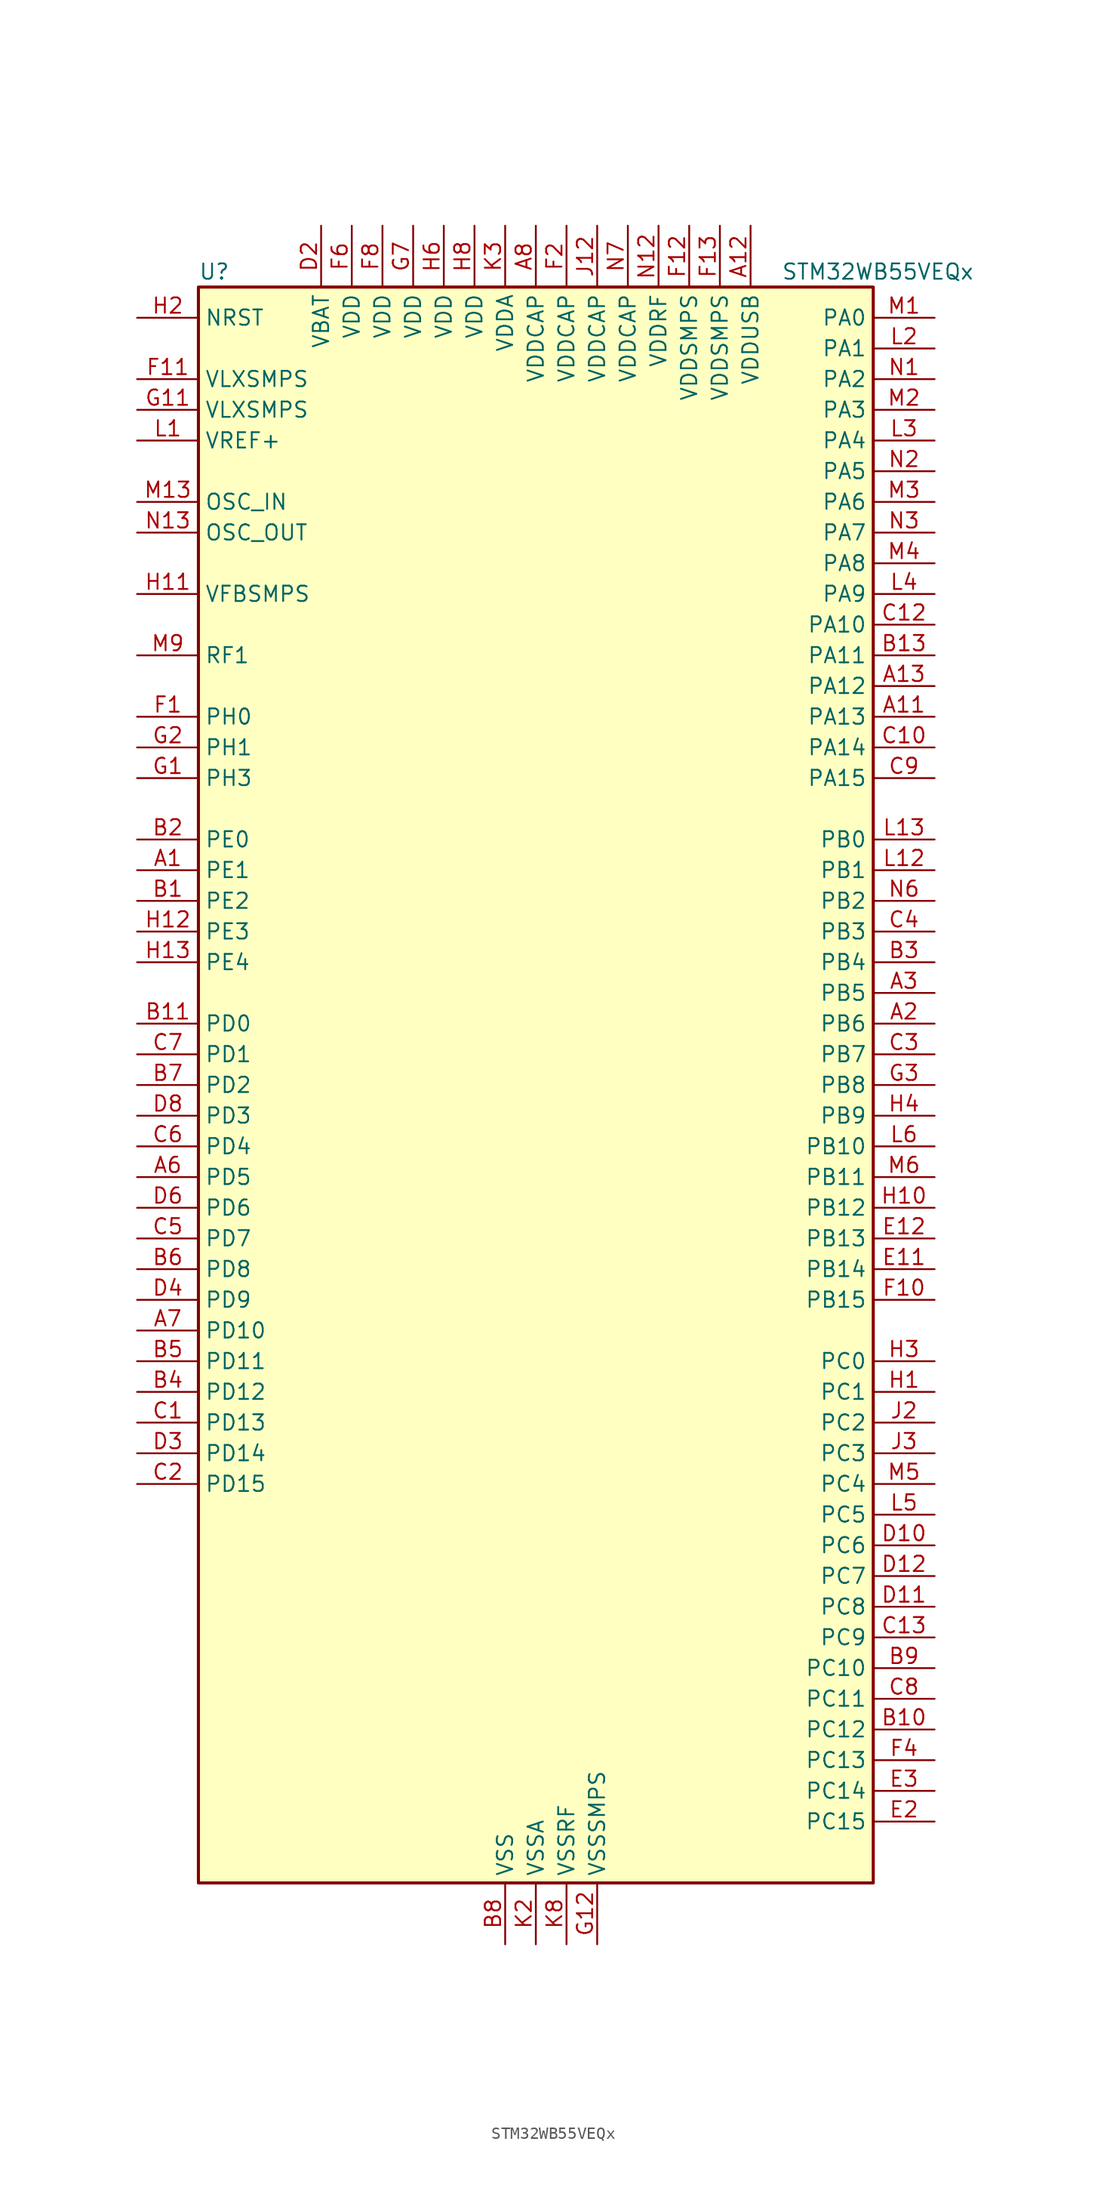
<source format=kicad_sym>
(kicad_symbol_lib
  (version 20220914)
  (generator kicad_symbol_editor)
  (symbol "STM32WB55VEQx"
    (property "Reference" "U"
      (at -27.94 67.31 0)
      (effects (font (size 1.27 1.27)) (justify left)))
    (property "Value" "STM32WB55VEQx"
      (at 20.32 67.31 0)
      (effects (font (size 1.27 1.27)) (justify left)))
    (property "ki_locked" ""
      (at 0 0 0)
      (effects (font (size 1.27 1.27))))
    (symbol "STM32WB55VEQx_0_1"
      (rectangle (start -27.94 -66.04) (end 27.94 66.04) (stroke (width 0.254) (type default)) (fill (type background))))
    (symbol "STM32WB55VEQx_1_1"
      (pin bidirectional line (at -33.02 17.78 0) (length 5.08) (name "PE1" (effects (font (size 1.27 1.27)))) (number "A1" (effects (font (size 1.27 1.27)))) (alternate "LCD_SEG37" bidirectional line) (alternate "TIM17_CH1" bidirectional line) (alternate "TSC_G7_IO2" bidirectional line))
      (pin bidirectional line (at 33.02 30.48 180) (length 5.08) (name "PA13" (effects (font (size 1.27 1.27)))) (number "A11" (effects (font (size 1.27 1.27)))) (alternate "IR_OUT" bidirectional line) (alternate "SAI1_SD_B" bidirectional line) (alternate "SYS_JTMS-SWDIO" bidirectional line) (alternate "USB_NOE" bidirectional line))
      (pin power_in line (at 17.78 71.12 270) (length 5.08) (name "VDDUSB" (effects (font (size 1.27 1.27)))) (number "A12" (effects (font (size 1.27 1.27)))))
      (pin bidirectional line (at 33.02 33.02 180) (length 5.08) (name "PA12" (effects (font (size 1.27 1.27)))) (number "A13" (effects (font (size 1.27 1.27)))) (alternate "LPUART1_RX" bidirectional line) (alternate "SPI1_MOSI" bidirectional line) (alternate "TIM1_ETR" bidirectional line) (alternate "USART1_DE" bidirectional line) (alternate "USART1_RTS" bidirectional line) (alternate "USB_DP" bidirectional line))
      (pin bidirectional line (at 33.02 5.08 180) (length 5.08) (name "PB6" (effects (font (size 1.27 1.27)))) (number "A2" (effects (font (size 1.27 1.27)))) (alternate "COMP2_INP" bidirectional line) (alternate "I2C1_SCL" bidirectional line) (alternate "LCD_SEG6" bidirectional line) (alternate "LPTIM1_ETR" bidirectional line) (alternate "RCC_MCO" bidirectional line) (alternate "SAI1_FS_B" bidirectional line) (alternate "TIM16_CH1N" bidirectional line) (alternate "TSC_G2_IO3" bidirectional line) (alternate "USART1_TX" bidirectional line))
      (pin bidirectional line (at 33.02 7.62 180) (length 5.08) (name "PB5" (effects (font (size 1.27 1.27)))) (number "A3" (effects (font (size 1.27 1.27)))) (alternate "COMP2_OUT" bidirectional line) (alternate "I2C1_SMBA" bidirectional line) (alternate "LCD_SEG9" bidirectional line) (alternate "LPTIM1_IN1" bidirectional line) (alternate "LPUART1_TX" bidirectional line) (alternate "SAI1_SD_B" bidirectional line) (alternate "SPI1_MOSI" bidirectional line) (alternate "TIM16_BKIN" bidirectional line) (alternate "TSC_G2_IO2" bidirectional line) (alternate "USART1_CK" bidirectional line))
      (pin bidirectional line (at -33.02 -7.62 0) (length 5.08) (name "PD5" (effects (font (size 1.27 1.27)))) (number "A6" (effects (font (size 1.27 1.27)))) (alternate "QUADSPI_BK1_IO1" bidirectional line) (alternate "SAI1_MCLK_B" bidirectional line) (alternate "TSC_G5_IO2" bidirectional line))
      (pin bidirectional line (at -33.02 -20.32 0) (length 5.08) (name "PD10" (effects (font (size 1.27 1.27)))) (number "A7" (effects (font (size 1.27 1.27)))) (alternate "LCD_SEG30" bidirectional line) (alternate "SYS_TRIG_INOUT" bidirectional line) (alternate "TSC_G6_IO1" bidirectional line))
      (pin power_in line (at 0 71.12 270) (length 5.08) (name "VDDCAP" (effects (font (size 1.27 1.27)))) (number "A8" (effects (font (size 1.27 1.27)))))
      (pin bidirectional line (at -33.02 15.24 0) (length 5.08) (name "PE2" (effects (font (size 1.27 1.27)))) (number "B1" (effects (font (size 1.27 1.27)))) (alternate "LCD_SEG38" bidirectional line) (alternate "SAI1_CK1" bidirectional line) (alternate "SAI1_MCLK_A" bidirectional line) (alternate "SYS_TRACECLK" bidirectional line) (alternate "TSC_G7_IO1" bidirectional line))
      (pin bidirectional line (at 33.02 -53.34 180) (length 5.08) (name "PC12" (effects (font (size 1.27 1.27)))) (number "B10" (effects (font (size 1.27 1.27)))) (alternate "LCD_COM6" bidirectional line) (alternate "LCD_SEG30" bidirectional line) (alternate "LCD_SEG42" bidirectional line) (alternate "RCC_LSCO" bidirectional line) (alternate "RTC_TAMP3" bidirectional line) (alternate "SYS_TRACED3" bidirectional line) (alternate "SYS_WKUP3" bidirectional line) (alternate "TSC_G3_IO4" bidirectional line))
      (pin bidirectional line (at -33.02 5.08 0) (length 5.08) (name "PD0" (effects (font (size 1.27 1.27)))) (number "B11" (effects (font (size 1.27 1.27)))) (alternate "SPI2_NSS" bidirectional line))
      (pin passive line (at -2.54 -71.12 90) (length 5.08) hide (name "VSS" (effects (font (size 1.27 1.27)))) (number "B12" (effects (font (size 1.27 1.27)))))
      (pin bidirectional line (at 33.02 35.56 180) (length 5.08) (name "PA11" (effects (font (size 1.27 1.27)))) (number "B13" (effects (font (size 1.27 1.27)))) (alternate "ADC1_EXTI11" bidirectional line) (alternate "SPI1_MISO" bidirectional line) (alternate "TIM1_BKIN2" bidirectional line) (alternate "TIM1_CH4" bidirectional line) (alternate "USART1_CTS" bidirectional line) (alternate "USART1_NSS" bidirectional line) (alternate "USB_DM" bidirectional line))
      (pin bidirectional line (at -33.02 20.32 0) (length 5.08) (name "PE0" (effects (font (size 1.27 1.27)))) (number "B2" (effects (font (size 1.27 1.27)))) (alternate "LCD_SEG36" bidirectional line) (alternate "TIM16_CH1" bidirectional line) (alternate "TIM1_ETR" bidirectional line) (alternate "TSC_G7_IO3" bidirectional line))
      (pin bidirectional line (at 33.02 10.16 180) (length 5.08) (name "PB4" (effects (font (size 1.27 1.27)))) (number "B3" (effects (font (size 1.27 1.27)))) (alternate "COMP2_INP" bidirectional line) (alternate "I2C3_SDA" bidirectional line) (alternate "LCD_SEG8" bidirectional line) (alternate "SAI1_MCLK_B" bidirectional line) (alternate "SPI1_MISO" bidirectional line) (alternate "SYS_JTRST" bidirectional line) (alternate "TIM17_BKIN" bidirectional line) (alternate "TSC_G2_IO1" bidirectional line) (alternate "USART1_CTS" bidirectional line) (alternate "USART1_NSS" bidirectional line))
      (pin bidirectional line (at -33.02 -25.4 0) (length 5.08) (name "PD12" (effects (font (size 1.27 1.27)))) (number "B4" (effects (font (size 1.27 1.27)))) (alternate "LCD_SEG32" bidirectional line) (alternate "LPTIM2_IN1" bidirectional line) (alternate "TSC_G6_IO3" bidirectional line))
      (pin bidirectional line (at -33.02 -22.86 0) (length 5.08) (name "PD11" (effects (font (size 1.27 1.27)))) (number "B5" (effects (font (size 1.27 1.27)))) (alternate "ADC1_EXTI11" bidirectional line) (alternate "LCD_SEG31" bidirectional line) (alternate "LPTIM2_ETR" bidirectional line) (alternate "TSC_G6_IO2" bidirectional line))
      (pin bidirectional line (at -33.02 -15.24 0) (length 5.08) (name "PD8" (effects (font (size 1.27 1.27)))) (number "B6" (effects (font (size 1.27 1.27)))) (alternate "LCD_SEG28" bidirectional line) (alternate "TIM1_BKIN2" bidirectional line))
      (pin bidirectional line (at -33.02 0 0) (length 5.08) (name "PD2" (effects (font (size 1.27 1.27)))) (number "B7" (effects (font (size 1.27 1.27)))) (alternate "LCD_COM7" bidirectional line) (alternate "LCD_SEG31" bidirectional line) (alternate "LCD_SEG43" bidirectional line) (alternate "SYS_TRACED2" bidirectional line) (alternate "TSC_SYNC" bidirectional line))
      (pin power_in line (at -2.54 -71.12 90) (length 5.08) (name "VSS" (effects (font (size 1.27 1.27)))) (number "B8" (effects (font (size 1.27 1.27)))))
      (pin bidirectional line (at 33.02 -48.26 180) (length 5.08) (name "PC10" (effects (font (size 1.27 1.27)))) (number "B9" (effects (font (size 1.27 1.27)))) (alternate "LCD_COM4" bidirectional line) (alternate "LCD_SEG28" bidirectional line) (alternate "LCD_SEG40" bidirectional line) (alternate "SYS_TRACED1" bidirectional line) (alternate "TSC_G3_IO2" bidirectional line))
      (pin bidirectional line (at -33.02 -27.94 0) (length 5.08) (name "PD13" (effects (font (size 1.27 1.27)))) (number "C1" (effects (font (size 1.27 1.27)))) (alternate "LCD_SEG33" bidirectional line) (alternate "LPTIM2_OUT" bidirectional line) (alternate "TSC_G6_IO4" bidirectional line))
      (pin bidirectional line (at 33.02 27.94 180) (length 5.08) (name "PA14" (effects (font (size 1.27 1.27)))) (number "C10" (effects (font (size 1.27 1.27)))) (alternate "I2C1_SMBA" bidirectional line) (alternate "LCD_SEG5" bidirectional line) (alternate "LPTIM1_OUT" bidirectional line) (alternate "SAI1_FS_B" bidirectional line) (alternate "SYS_JTCK-SWCLK" bidirectional line))
      (pin passive line (at -2.54 -71.12 90) (length 5.08) hide (name "VSS" (effects (font (size 1.27 1.27)))) (number "C11" (effects (font (size 1.27 1.27)))))
      (pin bidirectional line (at 33.02 38.1 180) (length 5.08) (name "PA10" (effects (font (size 1.27 1.27)))) (number "C12" (effects (font (size 1.27 1.27)))) (alternate "CRS_SYNC" bidirectional line) (alternate "I2C1_SDA" bidirectional line) (alternate "LCD_COM2" bidirectional line) (alternate "SAI1_D1" bidirectional line) (alternate "SAI1_SD_A" bidirectional line) (alternate "TIM17_BKIN" bidirectional line) (alternate "TIM1_CH3" bidirectional line) (alternate "USART1_RX" bidirectional line))
      (pin bidirectional line (at 33.02 -45.72 180) (length 5.08) (name "PC9" (effects (font (size 1.27 1.27)))) (number "C13" (effects (font (size 1.27 1.27)))) (alternate "LCD_SEG27" bidirectional line) (alternate "SAI1_SCK_B" bidirectional line) (alternate "TIM1_BKIN" bidirectional line) (alternate "TSC_G4_IO4" bidirectional line) (alternate "USB_NOE" bidirectional line))
      (pin bidirectional line (at -33.02 -33.02 0) (length 5.08) (name "PD15" (effects (font (size 1.27 1.27)))) (number "C2" (effects (font (size 1.27 1.27)))) (alternate "ADC1_EXTI15" bidirectional line) (alternate "LCD_SEG35" bidirectional line) (alternate "TIM1_CH2" bidirectional line))
      (pin bidirectional line (at 33.02 2.54 180) (length 5.08) (name "PB7" (effects (font (size 1.27 1.27)))) (number "C3" (effects (font (size 1.27 1.27)))) (alternate "COMP2_INM" bidirectional line) (alternate "I2C1_SDA" bidirectional line) (alternate "LCD_SEG21" bidirectional line) (alternate "LPTIM1_IN2" bidirectional line) (alternate "SYS_PVD_IN" bidirectional line) (alternate "TIM17_CH1N" bidirectional line) (alternate "TIM1_BKIN" bidirectional line) (alternate "TSC_G2_IO4" bidirectional line) (alternate "USART1_RX" bidirectional line))
      (pin bidirectional line (at 33.02 12.7 180) (length 5.08) (name "PB3" (effects (font (size 1.27 1.27)))) (number "C4" (effects (font (size 1.27 1.27)))) (alternate "COMP2_INM" bidirectional line) (alternate "LCD_SEG7" bidirectional line) (alternate "SAI1_SCK_B" bidirectional line) (alternate "SPI1_SCK" bidirectional line) (alternate "SYS_JTDO-SWO" bidirectional line) (alternate "TIM2_CH2" bidirectional line) (alternate "USART1_DE" bidirectional line) (alternate "USART1_RTS" bidirectional line))
      (pin bidirectional line (at -33.02 -12.7 0) (length 5.08) (name "PD7" (effects (font (size 1.27 1.27)))) (number "C5" (effects (font (size 1.27 1.27)))) (alternate "LCD_SEG39" bidirectional line) (alternate "QUADSPI_BK1_IO3" bidirectional line) (alternate "TSC_G5_IO4" bidirectional line))
      (pin bidirectional line (at -33.02 -5.08 0) (length 5.08) (name "PD4" (effects (font (size 1.27 1.27)))) (number "C6" (effects (font (size 1.27 1.27)))) (alternate "QUADSPI_BK1_IO0" bidirectional line) (alternate "SPI2_MOSI" bidirectional line) (alternate "TSC_G5_IO1" bidirectional line))
      (pin bidirectional line (at -33.02 2.54 0) (length 5.08) (name "PD1" (effects (font (size 1.27 1.27)))) (number "C7" (effects (font (size 1.27 1.27)))) (alternate "SPI2_SCK" bidirectional line))
      (pin bidirectional line (at 33.02 -50.8 180) (length 5.08) (name "PC11" (effects (font (size 1.27 1.27)))) (number "C8" (effects (font (size 1.27 1.27)))) (alternate "ADC1_EXTI11" bidirectional line) (alternate "LCD_COM5" bidirectional line) (alternate "LCD_SEG29" bidirectional line) (alternate "LCD_SEG41" bidirectional line) (alternate "TSC_G3_IO3" bidirectional line))
      (pin bidirectional line (at 33.02 25.4 180) (length 5.08) (name "PA15" (effects (font (size 1.27 1.27)))) (number "C9" (effects (font (size 1.27 1.27)))) (alternate "ADC1_EXTI15" bidirectional line) (alternate "LCD_SEG17" bidirectional line) (alternate "RCC_MCO" bidirectional line) (alternate "SPI1_NSS" bidirectional line) (alternate "SYS_JTDI" bidirectional line) (alternate "TIM2_CH1" bidirectional line) (alternate "TIM2_ETR" bidirectional line) (alternate "TSC_G3_IO1" bidirectional line))
      (pin bidirectional line (at 33.02 -38.1 180) (length 5.08) (name "PC6" (effects (font (size 1.27 1.27)))) (number "D10" (effects (font (size 1.27 1.27)))) (alternate "LCD_SEG24" bidirectional line) (alternate "TSC_G4_IO1" bidirectional line))
      (pin bidirectional line (at 33.02 -43.18 180) (length 5.08) (name "PC8" (effects (font (size 1.27 1.27)))) (number "D11" (effects (font (size 1.27 1.27)))) (alternate "LCD_SEG26" bidirectional line) (alternate "TSC_G4_IO3" bidirectional line))
      (pin bidirectional line (at 33.02 -40.64 180) (length 5.08) (name "PC7" (effects (font (size 1.27 1.27)))) (number "D12" (effects (font (size 1.27 1.27)))) (alternate "LCD_SEG25" bidirectional line) (alternate "TSC_G4_IO2" bidirectional line))
      (pin power_in line (at -17.78 71.12 270) (length 5.08) (name "VBAT" (effects (font (size 1.27 1.27)))) (number "D2" (effects (font (size 1.27 1.27)))))
      (pin bidirectional line (at -33.02 -30.48 0) (length 5.08) (name "PD14" (effects (font (size 1.27 1.27)))) (number "D3" (effects (font (size 1.27 1.27)))) (alternate "LCD_SEG34" bidirectional line) (alternate "TIM1_CH1" bidirectional line))
      (pin bidirectional line (at -33.02 -17.78 0) (length 5.08) (name "PD9" (effects (font (size 1.27 1.27)))) (number "D4" (effects (font (size 1.27 1.27)))) (alternate "LCD_SEG29" bidirectional line) (alternate "SYS_TRACED0" bidirectional line))
      (pin bidirectional line (at -33.02 -10.16 0) (length 5.08) (name "PD6" (effects (font (size 1.27 1.27)))) (number "D6" (effects (font (size 1.27 1.27)))) (alternate "QUADSPI_BK1_IO2" bidirectional line) (alternate "SAI1_D1" bidirectional line) (alternate "SAI1_SD_A" bidirectional line) (alternate "TSC_G5_IO3" bidirectional line))
      (pin bidirectional line (at -33.02 -2.54 0) (length 5.08) (name "PD3" (effects (font (size 1.27 1.27)))) (number "D8" (effects (font (size 1.27 1.27)))) (alternate "QUADSPI_BK1_NCS" bidirectional line) (alternate "SPI2_MISO" bidirectional line) (alternate "SPI2_SCK" bidirectional line))
      (pin bidirectional line (at 33.02 -15.24 180) (length 5.08) (name "PB14" (effects (font (size 1.27 1.27)))) (number "E11" (effects (font (size 1.27 1.27)))) (alternate "I2C3_SDA" bidirectional line) (alternate "LCD_SEG14" bidirectional line) (alternate "SAI1_MCLK_A" bidirectional line) (alternate "SPI2_MISO" bidirectional line) (alternate "TIM1_CH2N" bidirectional line) (alternate "TSC_G1_IO3" bidirectional line))
      (pin bidirectional line (at 33.02 -12.7 180) (length 5.08) (name "PB13" (effects (font (size 1.27 1.27)))) (number "E12" (effects (font (size 1.27 1.27)))) (alternate "I2C3_SCL" bidirectional line) (alternate "LCD_SEG13" bidirectional line) (alternate "LPUART1_CTS" bidirectional line) (alternate "SAI1_SCK_A" bidirectional line) (alternate "SPI2_SCK" bidirectional line) (alternate "TIM1_CH1N" bidirectional line) (alternate "TSC_G1_IO2" bidirectional line))
      (pin bidirectional line (at 33.02 -60.96 180) (length 5.08) (name "PC15" (effects (font (size 1.27 1.27)))) (number "E2" (effects (font (size 1.27 1.27)))) (alternate "ADC1_EXTI15" bidirectional line) (alternate "RCC_OSC32_OUT" bidirectional line))
      (pin bidirectional line (at 33.02 -58.42 180) (length 5.08) (name "PC14" (effects (font (size 1.27 1.27)))) (number "E3" (effects (font (size 1.27 1.27)))) (alternate "RCC_OSC32_IN" bidirectional line))
      (pin passive line (at -2.54 -71.12 90) (length 5.08) hide (name "VSS" (effects (font (size 1.27 1.27)))) (number "E5" (effects (font (size 1.27 1.27)))))
      (pin passive line (at -2.54 -71.12 90) (length 5.08) hide (name "VSS" (effects (font (size 1.27 1.27)))) (number "E7" (effects (font (size 1.27 1.27)))))
      (pin passive line (at -2.54 -71.12 90) (length 5.08) hide (name "VSS" (effects (font (size 1.27 1.27)))) (number "E9" (effects (font (size 1.27 1.27)))))
      (pin bidirectional line (at -33.02 30.48 0) (length 5.08) (name "PH0" (effects (font (size 1.27 1.27)))) (number "F1" (effects (font (size 1.27 1.27)))))
      (pin bidirectional line (at 33.02 -17.78 180) (length 5.08) (name "PB15" (effects (font (size 1.27 1.27)))) (number "F10" (effects (font (size 1.27 1.27)))) (alternate "ADC1_EXTI15" bidirectional line) (alternate "LCD_SEG15" bidirectional line) (alternate "RTC_REFIN" bidirectional line) (alternate "SAI1_SD_A" bidirectional line) (alternate "SPI2_MOSI" bidirectional line) (alternate "TIM1_CH3N" bidirectional line) (alternate "TSC_G1_IO4" bidirectional line))
      (pin power_in line (at -33.02 58.42 0) (length 5.08) (name "VLXSMPS" (effects (font (size 1.27 1.27)))) (number "F11" (effects (font (size 1.27 1.27)))))
      (pin power_in line (at 12.7 71.12 270) (length 5.08) (name "VDDSMPS" (effects (font (size 1.27 1.27)))) (number "F12" (effects (font (size 1.27 1.27)))))
      (pin power_in line (at 15.24 71.12 270) (length 5.08) (name "VDDSMPS" (effects (font (size 1.27 1.27)))) (number "F13" (effects (font (size 1.27 1.27)))))
      (pin power_in line (at 2.54 71.12 270) (length 5.08) (name "VDDCAP" (effects (font (size 1.27 1.27)))) (number "F2" (effects (font (size 1.27 1.27)))))
      (pin passive line (at -2.54 -71.12 90) (length 5.08) hide (name "VSS" (effects (font (size 1.27 1.27)))) (number "F3" (effects (font (size 1.27 1.27)))))
      (pin bidirectional line (at 33.02 -55.88 180) (length 5.08) (name "PC13" (effects (font (size 1.27 1.27)))) (number "F4" (effects (font (size 1.27 1.27)))) (alternate "RTC_OUT1" bidirectional line) (alternate "RTC_TAMP1" bidirectional line) (alternate "RTC_TS" bidirectional line) (alternate "SYS_WKUP2" bidirectional line))
      (pin power_in line (at -15.24 71.12 270) (length 5.08) (name "VDD" (effects (font (size 1.27 1.27)))) (number "F6" (effects (font (size 1.27 1.27)))))
      (pin power_in line (at -12.7 71.12 270) (length 5.08) (name "VDD" (effects (font (size 1.27 1.27)))) (number "F8" (effects (font (size 1.27 1.27)))))
      (pin bidirectional line (at -33.02 25.4 0) (length 5.08) (name "PH3" (effects (font (size 1.27 1.27)))) (number "G1" (effects (font (size 1.27 1.27)))) (alternate "RCC_LSCO" bidirectional line))
      (pin power_in line (at -33.02 55.88 0) (length 5.08) (name "VLXSMPS" (effects (font (size 1.27 1.27)))) (number "G11" (effects (font (size 1.27 1.27)))))
      (pin power_in line (at 5.08 -71.12 90) (length 5.08) (name "VSSSMPS" (effects (font (size 1.27 1.27)))) (number "G12" (effects (font (size 1.27 1.27)))))
      (pin passive line (at 5.08 -71.12 90) (length 5.08) hide (name "VSSSMPS" (effects (font (size 1.27 1.27)))) (number "G13" (effects (font (size 1.27 1.27)))))
      (pin bidirectional line (at -33.02 27.94 0) (length 5.08) (name "PH1" (effects (font (size 1.27 1.27)))) (number "G2" (effects (font (size 1.27 1.27)))))
      (pin bidirectional line (at 33.02 0 180) (length 5.08) (name "PB8" (effects (font (size 1.27 1.27)))) (number "G3" (effects (font (size 1.27 1.27)))) (alternate "I2C1_SCL" bidirectional line) (alternate "LCD_SEG16" bidirectional line) (alternate "QUADSPI_BK1_IO1" bidirectional line) (alternate "SAI1_CK1" bidirectional line) (alternate "SAI1_MCLK_A" bidirectional line) (alternate "TIM16_CH1" bidirectional line) (alternate "TIM1_CH2N" bidirectional line))
      (pin passive line (at -2.54 -71.12 90) (length 5.08) hide (name "VSS" (effects (font (size 1.27 1.27)))) (number "G5" (effects (font (size 1.27 1.27)))))
      (pin power_in line (at -10.16 71.12 270) (length 5.08) (name "VDD" (effects (font (size 1.27 1.27)))) (number "G7" (effects (font (size 1.27 1.27)))))
      (pin passive line (at -2.54 -71.12 90) (length 5.08) hide (name "VSS" (effects (font (size 1.27 1.27)))) (number "G9" (effects (font (size 1.27 1.27)))))
      (pin bidirectional line (at 33.02 -25.4 180) (length 5.08) (name "PC1" (effects (font (size 1.27 1.27)))) (number "H1" (effects (font (size 1.27 1.27)))) (alternate "ADC1_IN2" bidirectional line) (alternate "I2C3_SDA" bidirectional line) (alternate "LCD_SEG19" bidirectional line) (alternate "LPTIM1_OUT" bidirectional line) (alternate "LPUART1_TX" bidirectional line) (alternate "SPI2_MOSI" bidirectional line))
      (pin bidirectional line (at 33.02 -10.16 180) (length 5.08) (name "PB12" (effects (font (size 1.27 1.27)))) (number "H10" (effects (font (size 1.27 1.27)))) (alternate "I2C3_SMBA" bidirectional line) (alternate "LCD_SEG12" bidirectional line) (alternate "LPUART1_DE" bidirectional line) (alternate "LPUART1_RTS" bidirectional line) (alternate "SAI1_FS_A" bidirectional line) (alternate "SPI2_NSS" bidirectional line) (alternate "TIM1_BKIN" bidirectional line) (alternate "TSC_G1_IO1" bidirectional line))
      (pin input line (at -33.02 40.64 0) (length 5.08) (name "VFBSMPS" (effects (font (size 1.27 1.27)))) (number "H11" (effects (font (size 1.27 1.27)))))
      (pin bidirectional line (at -33.02 12.7 0) (length 5.08) (name "PE3" (effects (font (size 1.27 1.27)))) (number "H12" (effects (font (size 1.27 1.27)))))
      (pin bidirectional line (at -33.02 10.16 0) (length 5.08) (name "PE4" (effects (font (size 1.27 1.27)))) (number "H13" (effects (font (size 1.27 1.27)))))
      (pin input line (at -33.02 63.5 0) (length 5.08) (name "NRST" (effects (font (size 1.27 1.27)))) (number "H2" (effects (font (size 1.27 1.27)))))
      (pin bidirectional line (at 33.02 -22.86 180) (length 5.08) (name "PC0" (effects (font (size 1.27 1.27)))) (number "H3" (effects (font (size 1.27 1.27)))) (alternate "ADC1_IN1" bidirectional line) (alternate "I2C3_SCL" bidirectional line) (alternate "LCD_SEG18" bidirectional line) (alternate "LPTIM1_IN1" bidirectional line) (alternate "LPTIM2_IN1" bidirectional line) (alternate "LPUART1_RX" bidirectional line))
      (pin bidirectional line (at 33.02 -2.54 180) (length 5.08) (name "PB9" (effects (font (size 1.27 1.27)))) (number "H4" (effects (font (size 1.27 1.27)))) (alternate "I2C1_SDA" bidirectional line) (alternate "IR_OUT" bidirectional line) (alternate "LCD_COM3" bidirectional line) (alternate "QUADSPI_BK1_IO0" bidirectional line) (alternate "SAI1_D2" bidirectional line) (alternate "SAI1_FS_A" bidirectional line) (alternate "SPI2_NSS" bidirectional line) (alternate "TIM17_CH1" bidirectional line) (alternate "TIM1_CH3N" bidirectional line) (alternate "TSC_G7_IO4" bidirectional line))
      (pin power_in line (at -7.62 71.12 270) (length 5.08) (name "VDD" (effects (font (size 1.27 1.27)))) (number "H6" (effects (font (size 1.27 1.27)))))
      (pin power_in line (at -5.08 71.12 270) (length 5.08) (name "VDD" (effects (font (size 1.27 1.27)))) (number "H8" (effects (font (size 1.27 1.27)))))
      (pin passive line (at -2.54 -71.12 90) (length 5.08) hide (name "VSS" (effects (font (size 1.27 1.27)))) (number "J11" (effects (font (size 1.27 1.27)))))
      (pin power_in line (at 5.08 71.12 270) (length 5.08) (name "VDDCAP" (effects (font (size 1.27 1.27)))) (number "J12" (effects (font (size 1.27 1.27)))))
      (pin bidirectional line (at 33.02 -27.94 180) (length 5.08) (name "PC2" (effects (font (size 1.27 1.27)))) (number "J2" (effects (font (size 1.27 1.27)))) (alternate "ADC1_IN3" bidirectional line) (alternate "LCD_SEG20" bidirectional line) (alternate "LPTIM1_IN2" bidirectional line) (alternate "SPI2_MISO" bidirectional line))
      (pin bidirectional line (at 33.02 -30.48 180) (length 5.08) (name "PC3" (effects (font (size 1.27 1.27)))) (number "J3" (effects (font (size 1.27 1.27)))) (alternate "ADC1_IN4" bidirectional line) (alternate "LCD_VLCD" bidirectional line) (alternate "LPTIM1_ETR" bidirectional line) (alternate "LPTIM2_ETR" bidirectional line) (alternate "SAI1_D1" bidirectional line) (alternate "SAI1_SD_A" bidirectional line) (alternate "SPI2_MOSI" bidirectional line))
      (pin passive line (at -2.54 -71.12 90) (length 5.08) hide (name "VSS" (effects (font (size 1.27 1.27)))) (number "J5" (effects (font (size 1.27 1.27)))))
      (pin passive line (at -2.54 -71.12 90) (length 5.08) hide (name "VSS" (effects (font (size 1.27 1.27)))) (number "J7" (effects (font (size 1.27 1.27)))))
      (pin passive line (at -2.54 -71.12 90) (length 5.08) hide (name "VSS" (effects (font (size 1.27 1.27)))) (number "J9" (effects (font (size 1.27 1.27)))))
      (pin passive line (at 2.54 -71.12 90) (length 5.08) hide (name "VSSRF" (effects (font (size 1.27 1.27)))) (number "K10" (effects (font (size 1.27 1.27)))))
      (pin no_connect line (at -27.94 -66.04 0) (length 5.08) hide (name "AT0" (effects (font (size 1.27 1.27)))) (number "K11" (effects (font (size 1.27 1.27)))))
      (pin no_connect line (at -27.94 -63.5 0) (length 5.08) hide (name "AT1" (effects (font (size 1.27 1.27)))) (number "K12" (effects (font (size 1.27 1.27)))))
      (pin power_in line (at 0 -71.12 90) (length 5.08) (name "VSSA" (effects (font (size 1.27 1.27)))) (number "K2" (effects (font (size 1.27 1.27)))))
      (pin power_in line (at -2.54 71.12 270) (length 5.08) (name "VDDA" (effects (font (size 1.27 1.27)))) (number "K3" (effects (font (size 1.27 1.27)))))
      (pin passive line (at -2.54 -71.12 90) (length 5.08) hide (name "VSS" (effects (font (size 1.27 1.27)))) (number "K4" (effects (font (size 1.27 1.27)))))
      (pin passive line (at -2.54 -71.12 90) (length 5.08) hide (name "VSS" (effects (font (size 1.27 1.27)))) (number "K6" (effects (font (size 1.27 1.27)))))
      (pin power_in line (at 2.54 -71.12 90) (length 5.08) (name "VSSRF" (effects (font (size 1.27 1.27)))) (number "K8" (effects (font (size 1.27 1.27)))))
      (pin input line (at -33.02 53.34 0) (length 5.08) (name "VREF+" (effects (font (size 1.27 1.27)))) (number "L1" (effects (font (size 1.27 1.27)))) (alternate "VREFBUF_OUT" bidirectional line))
      (pin passive line (at 2.54 -71.12 90) (length 5.08) hide (name "VSSRF" (effects (font (size 1.27 1.27)))) (number "L10" (effects (font (size 1.27 1.27)))))
      (pin passive line (at 2.54 -71.12 90) (length 5.08) hide (name "VSSRF" (effects (font (size 1.27 1.27)))) (number "L11" (effects (font (size 1.27 1.27)))))
      (pin bidirectional line (at 33.02 17.78 180) (length 5.08) (name "PB1" (effects (font (size 1.27 1.27)))) (number "L12" (effects (font (size 1.27 1.27)))) (alternate "LPTIM2_IN1" bidirectional line) (alternate "LPUART1_DE" bidirectional line) (alternate "LPUART1_RTS" bidirectional line))
      (pin bidirectional line (at 33.02 20.32 180) (length 5.08) (name "PB0" (effects (font (size 1.27 1.27)))) (number "L13" (effects (font (size 1.27 1.27)))) (alternate "COMP1_OUT" bidirectional line) (alternate "RF_TX_MOD_EXT_PA" bidirectional line))
      (pin bidirectional line (at 33.02 60.96 180) (length 5.08) (name "PA1" (effects (font (size 1.27 1.27)))) (number "L2" (effects (font (size 1.27 1.27)))) (alternate "ADC1_IN6" bidirectional line) (alternate "COMP1_INP" bidirectional line) (alternate "I2C1_SMBA" bidirectional line) (alternate "LCD_SEG0" bidirectional line) (alternate "SPI1_SCK" bidirectional line) (alternate "TIM2_CH2" bidirectional line))
      (pin bidirectional line (at 33.02 53.34 180) (length 5.08) (name "PA4" (effects (font (size 1.27 1.27)))) (number "L3" (effects (font (size 1.27 1.27)))) (alternate "ADC1_IN9" bidirectional line) (alternate "COMP1_INM" bidirectional line) (alternate "COMP2_INM" bidirectional line) (alternate "LCD_SEG5" bidirectional line) (alternate "LPTIM2_OUT" bidirectional line) (alternate "SAI1_FS_B" bidirectional line) (alternate "SPI1_NSS" bidirectional line))
      (pin bidirectional line (at 33.02 40.64 180) (length 5.08) (name "PA9" (effects (font (size 1.27 1.27)))) (number "L4" (effects (font (size 1.27 1.27)))) (alternate "ADC1_IN16" bidirectional line) (alternate "COMP1_INM" bidirectional line) (alternate "I2C1_SCL" bidirectional line) (alternate "LCD_COM1" bidirectional line) (alternate "SAI1_D2" bidirectional line) (alternate "SAI1_FS_A" bidirectional line) (alternate "SPI2_SCK" bidirectional line) (alternate "TIM1_CH2" bidirectional line) (alternate "USART1_TX" bidirectional line))
      (pin bidirectional line (at 33.02 -35.56 180) (length 5.08) (name "PC5" (effects (font (size 1.27 1.27)))) (number "L5" (effects (font (size 1.27 1.27)))) (alternate "ADC1_IN14" bidirectional line) (alternate "COMP1_INP" bidirectional line) (alternate "LCD_SEG23" bidirectional line) (alternate "SAI1_D3" bidirectional line) (alternate "SYS_WKUP5" bidirectional line))
      (pin bidirectional line (at 33.02 -5.08 180) (length 5.08) (name "PB10" (effects (font (size 1.27 1.27)))) (number "L6" (effects (font (size 1.27 1.27)))) (alternate "COMP1_OUT" bidirectional line) (alternate "I2C3_SCL" bidirectional line) (alternate "LCD_SEG10" bidirectional line) (alternate "LPUART1_RX" bidirectional line) (alternate "QUADSPI_CLK" bidirectional line) (alternate "SAI1_SCK_A" bidirectional line) (alternate "SPI2_SCK" bidirectional line) (alternate "TIM2_CH3" bidirectional line) (alternate "TSC_SYNC" bidirectional line))
      (pin passive line (at 2.54 -71.12 90) (length 5.08) hide (name "VSSRF" (effects (font (size 1.27 1.27)))) (number "L7" (effects (font (size 1.27 1.27)))))
      (pin passive line (at 2.54 -71.12 90) (length 5.08) hide (name "VSSRF" (effects (font (size 1.27 1.27)))) (number "L8" (effects (font (size 1.27 1.27)))))
      (pin passive line (at 2.54 -71.12 90) (length 5.08) hide (name "VSSRF" (effects (font (size 1.27 1.27)))) (number "L9" (effects (font (size 1.27 1.27)))))
      (pin bidirectional line (at 33.02 63.5 180) (length 5.08) (name "PA0" (effects (font (size 1.27 1.27)))) (number "M1" (effects (font (size 1.27 1.27)))) (alternate "ADC1_IN5" bidirectional line) (alternate "COMP1_INM" bidirectional line) (alternate "COMP1_OUT" bidirectional line) (alternate "RTC_TAMP2" bidirectional line) (alternate "SAI1_EXTCLK" bidirectional line) (alternate "SYS_WKUP1" bidirectional line) (alternate "TIM2_CH1" bidirectional line) (alternate "TIM2_ETR" bidirectional line))
      (pin passive line (at 2.54 -71.12 90) (length 5.08) hide (name "VSSRF" (effects (font (size 1.27 1.27)))) (number "M10" (effects (font (size 1.27 1.27)))))
      (pin passive line (at 2.54 -71.12 90) (length 5.08) hide (name "VSSRF" (effects (font (size 1.27 1.27)))) (number "M11" (effects (font (size 1.27 1.27)))))
      (pin passive line (at 2.54 -71.12 90) (length 5.08) hide (name "VSSRF" (effects (font (size 1.27 1.27)))) (number "M12" (effects (font (size 1.27 1.27)))))
      (pin input line (at -33.02 48.26 0) (length 5.08) (name "OSC_IN" (effects (font (size 1.27 1.27)))) (number "M13" (effects (font (size 1.27 1.27)))) (alternate "RCC_OSC_IN" bidirectional line))
      (pin bidirectional line (at 33.02 55.88 180) (length 5.08) (name "PA3" (effects (font (size 1.27 1.27)))) (number "M2" (effects (font (size 1.27 1.27)))) (alternate "ADC1_IN8" bidirectional line) (alternate "COMP2_INP" bidirectional line) (alternate "LCD_SEG2" bidirectional line) (alternate "LPUART1_RX" bidirectional line) (alternate "QUADSPI_CLK" bidirectional line) (alternate "SAI1_CK1" bidirectional line) (alternate "SAI1_MCLK_A" bidirectional line) (alternate "TIM2_CH4" bidirectional line))
      (pin bidirectional line (at 33.02 48.26 180) (length 5.08) (name "PA6" (effects (font (size 1.27 1.27)))) (number "M3" (effects (font (size 1.27 1.27)))) (alternate "ADC1_IN11" bidirectional line) (alternate "LCD_SEG3" bidirectional line) (alternate "LPUART1_CTS" bidirectional line) (alternate "QUADSPI_BK1_IO3" bidirectional line) (alternate "SPI1_MISO" bidirectional line) (alternate "TIM16_CH1" bidirectional line) (alternate "TIM1_BKIN" bidirectional line))
      (pin bidirectional line (at 33.02 43.18 180) (length 5.08) (name "PA8" (effects (font (size 1.27 1.27)))) (number "M4" (effects (font (size 1.27 1.27)))) (alternate "ADC1_IN15" bidirectional line) (alternate "LCD_COM0" bidirectional line) (alternate "LPTIM2_OUT" bidirectional line) (alternate "RCC_MCO" bidirectional line) (alternate "SAI1_CK2" bidirectional line) (alternate "SAI1_SCK_A" bidirectional line) (alternate "TIM1_CH1" bidirectional line) (alternate "USART1_CK" bidirectional line))
      (pin bidirectional line (at 33.02 -33.02 180) (length 5.08) (name "PC4" (effects (font (size 1.27 1.27)))) (number "M5" (effects (font (size 1.27 1.27)))) (alternate "ADC1_IN13" bidirectional line) (alternate "COMP1_INM" bidirectional line) (alternate "LCD_SEG22" bidirectional line))
      (pin bidirectional line (at 33.02 -7.62 180) (length 5.08) (name "PB11" (effects (font (size 1.27 1.27)))) (number "M6" (effects (font (size 1.27 1.27)))) (alternate "ADC1_EXTI11" bidirectional line) (alternate "COMP2_OUT" bidirectional line) (alternate "I2C3_SDA" bidirectional line) (alternate "LCD_SEG11" bidirectional line) (alternate "LPUART1_TX" bidirectional line) (alternate "QUADSPI_BK1_NCS" bidirectional line) (alternate "TIM2_CH4" bidirectional line))
      (pin passive line (at -2.54 -71.12 90) (length 5.08) hide (name "VSS" (effects (font (size 1.27 1.27)))) (number "M7" (effects (font (size 1.27 1.27)))))
      (pin passive line (at 2.54 -71.12 90) (length 5.08) hide (name "VSSRF" (effects (font (size 1.27 1.27)))) (number "M8" (effects (font (size 1.27 1.27)))))
      (pin bidirectional line (at -33.02 35.56 0) (length 5.08) (name "RF1" (effects (font (size 1.27 1.27)))) (number "M9" (effects (font (size 1.27 1.27)))) (alternate "RF_RF1" bidirectional line))
      (pin bidirectional line (at 33.02 58.42 180) (length 5.08) (name "PA2" (effects (font (size 1.27 1.27)))) (number "N1" (effects (font (size 1.27 1.27)))) (alternate "ADC1_IN7" bidirectional line) (alternate "COMP2_INM" bidirectional line) (alternate "COMP2_OUT" bidirectional line) (alternate "LCD_SEG1" bidirectional line) (alternate "LPUART1_TX" bidirectional line) (alternate "QUADSPI_BK1_NCS" bidirectional line) (alternate "RCC_LSCO" bidirectional line) (alternate "SYS_WKUP4" bidirectional line) (alternate "TIM2_CH3" bidirectional line))
      (pin passive line (at 2.54 -71.12 90) (length 5.08) hide (name "VSSRF" (effects (font (size 1.27 1.27)))) (number "N11" (effects (font (size 1.27 1.27)))))
      (pin power_in line (at 10.16 71.12 270) (length 5.08) (name "VDDRF" (effects (font (size 1.27 1.27)))) (number "N12" (effects (font (size 1.27 1.27)))))
      (pin input line (at -33.02 45.72 0) (length 5.08) (name "OSC_OUT" (effects (font (size 1.27 1.27)))) (number "N13" (effects (font (size 1.27 1.27)))) (alternate "RCC_OSC_OUT" bidirectional line))
      (pin bidirectional line (at 33.02 50.8 180) (length 5.08) (name "PA5" (effects (font (size 1.27 1.27)))) (number "N2" (effects (font (size 1.27 1.27)))) (alternate "ADC1_IN10" bidirectional line) (alternate "COMP1_INM" bidirectional line) (alternate "COMP2_INM" bidirectional line) (alternate "LPTIM2_ETR" bidirectional line) (alternate "SAI1_SD_B" bidirectional line) (alternate "SPI1_SCK" bidirectional line) (alternate "TIM2_CH1" bidirectional line) (alternate "TIM2_ETR" bidirectional line))
      (pin bidirectional line (at 33.02 45.72 180) (length 5.08) (name "PA7" (effects (font (size 1.27 1.27)))) (number "N3" (effects (font (size 1.27 1.27)))) (alternate "ADC1_IN12" bidirectional line) (alternate "COMP2_OUT" bidirectional line) (alternate "I2C3_SCL" bidirectional line) (alternate "LCD_SEG4" bidirectional line) (alternate "QUADSPI_BK1_IO2" bidirectional line) (alternate "SPI1_MOSI" bidirectional line) (alternate "TIM17_CH1" bidirectional line) (alternate "TIM1_CH1N" bidirectional line))
      (pin bidirectional line (at 33.02 15.24 180) (length 5.08) (name "PB2" (effects (font (size 1.27 1.27)))) (number "N6" (effects (font (size 1.27 1.27)))) (alternate "COMP1_INP" bidirectional line) (alternate "I2C3_SMBA" bidirectional line) (alternate "LCD_VLCD" bidirectional line) (alternate "LPTIM1_OUT" bidirectional line) (alternate "RTC_OUT2" bidirectional line) (alternate "SAI1_EXTCLK" bidirectional line) (alternate "SPI1_NSS" bidirectional line))
      (pin power_in line (at 7.62 71.12 270) (length 5.08) (name "VDDCAP" (effects (font (size 1.27 1.27)))) (number "N7" (effects (font (size 1.27 1.27)))))
      (pin passive line (at 2.54 -71.12 90) (length 5.08) hide (name "VSSRF" (effects (font (size 1.27 1.27)))) (number "N8" (effects (font (size 1.27 1.27))))))))
</source>
